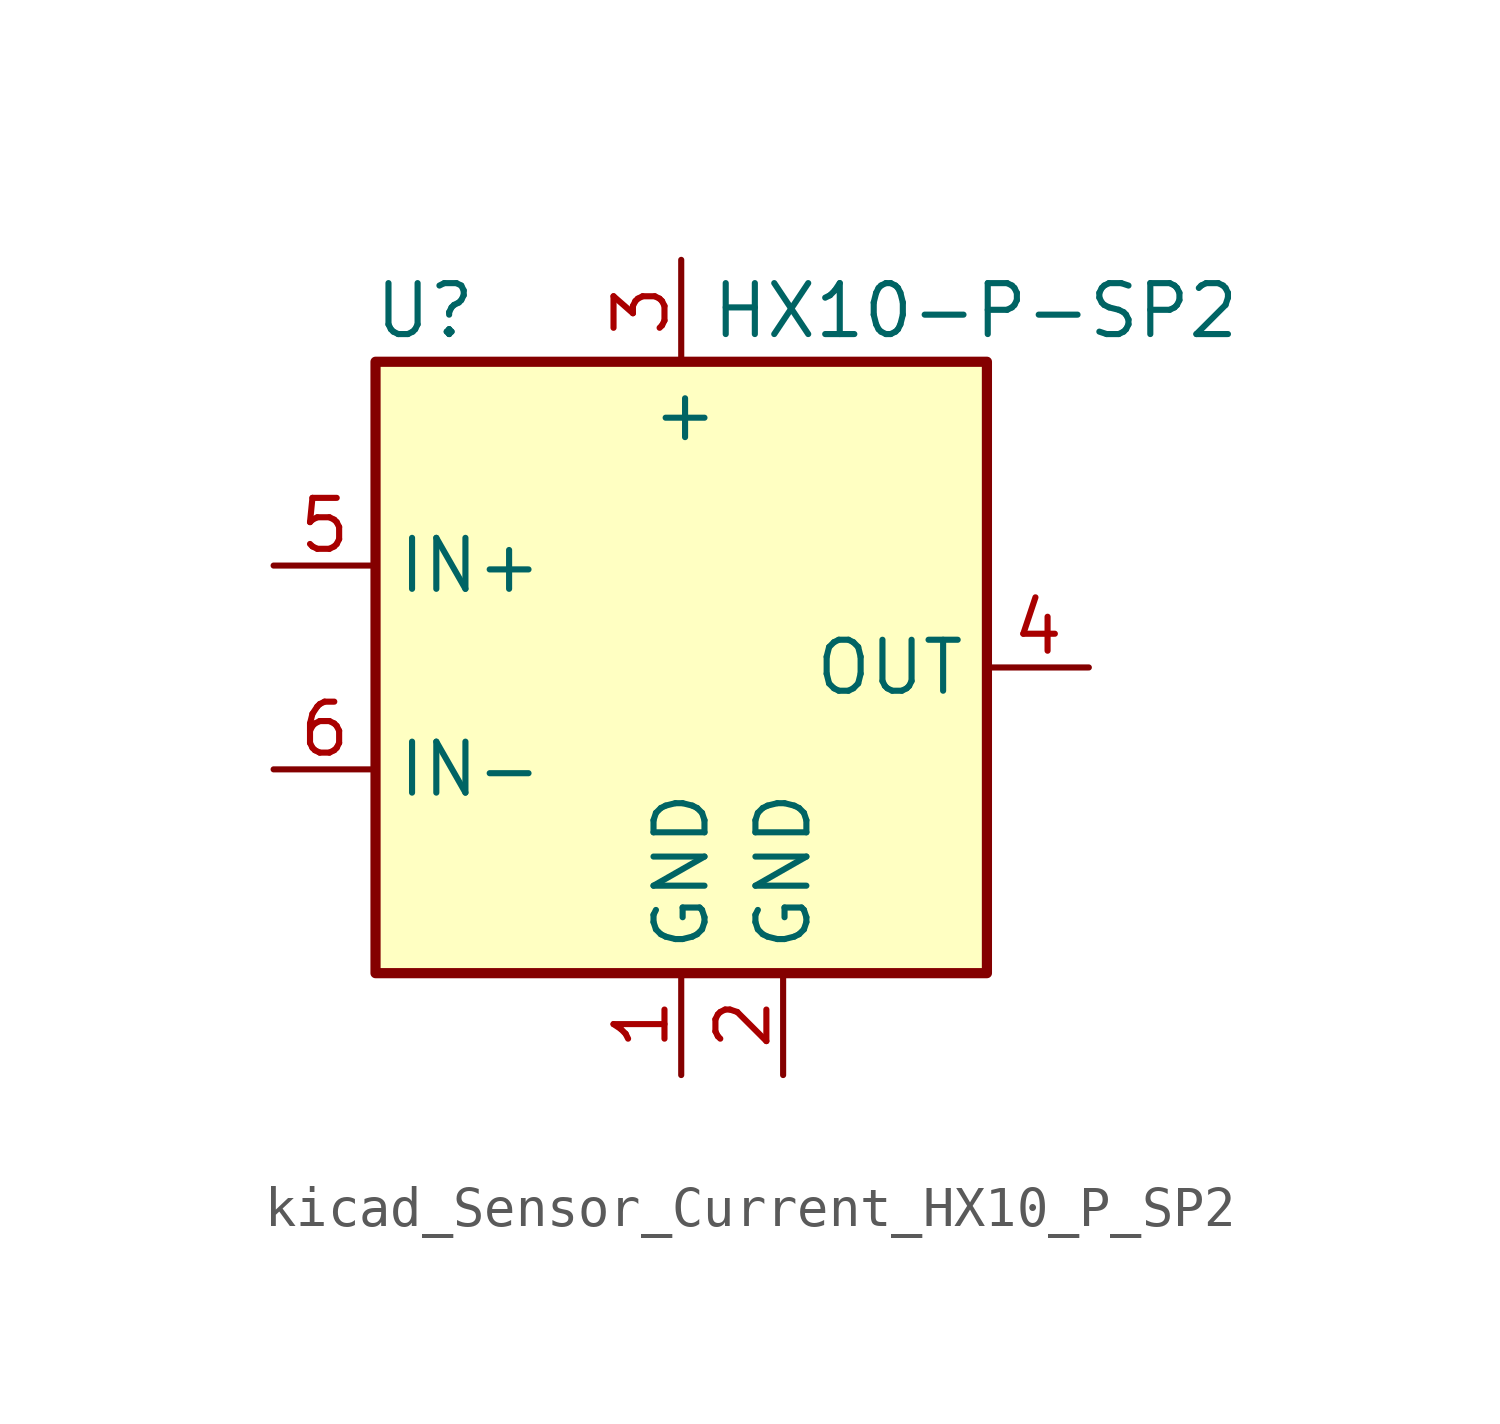
<source format=kicad_sym>
(kicad_symbol_lib
  (version 20220914)
  (generator kicad_symbol_editor)
  (symbol "kicad_Sensor_Current_HX10_P_SP2"
    (property "Reference" "U"
      (at -5.08 8.89 0)
      (effects (font (size 1.27 1.27)) (justify right)))
    (property "Value" "HX10-P-SP2"
      (at 13.97 8.89 0)
      (effects (font (size 1.27 1.27)) (justify right)))
    (symbol "kicad_Sensor_Current_HX10_P_SP2_0_1"
      (rectangle (start -7.62 7.62) (end 7.62 -7.62) (stroke (width 0.254) (type default)) (fill (type background))))
    (symbol "kicad_Sensor_Current_HX10_P_SP2_1_1"
      (pin power_in line (at 0 -10.16 90) (length 2.54) (name "GND" (effects (font (size 1.27 1.27)))) (number "1" (effects (font (size 1.27 1.27)))))
      (pin power_in line (at 2.54 -10.16 90) (length 2.54) (name "GND" (effects (font (size 1.27 1.27)))) (number "2" (effects (font (size 1.27 1.27)))))
      (pin power_in line (at 0 10.16 270) (length 2.54) (name "+" (effects (font (size 1.27 1.27)))) (number "3" (effects (font (size 1.27 1.27)))))
      (pin output line (at 10.16 0 180) (length 2.54) (name "OUT" (effects (font (size 1.27 1.27)))) (number "4" (effects (font (size 1.27 1.27)))))
      (pin passive line (at -10.16 2.54 0) (length 2.54) (name "IN+" (effects (font (size 1.27 1.27)))) (number "5" (effects (font (size 1.27 1.27)))))
      (pin passive line (at -10.16 -2.54 0) (length 2.54) (name "IN-" (effects (font (size 1.27 1.27)))) (number "6" (effects (font (size 1.27 1.27))))))))
</source>
